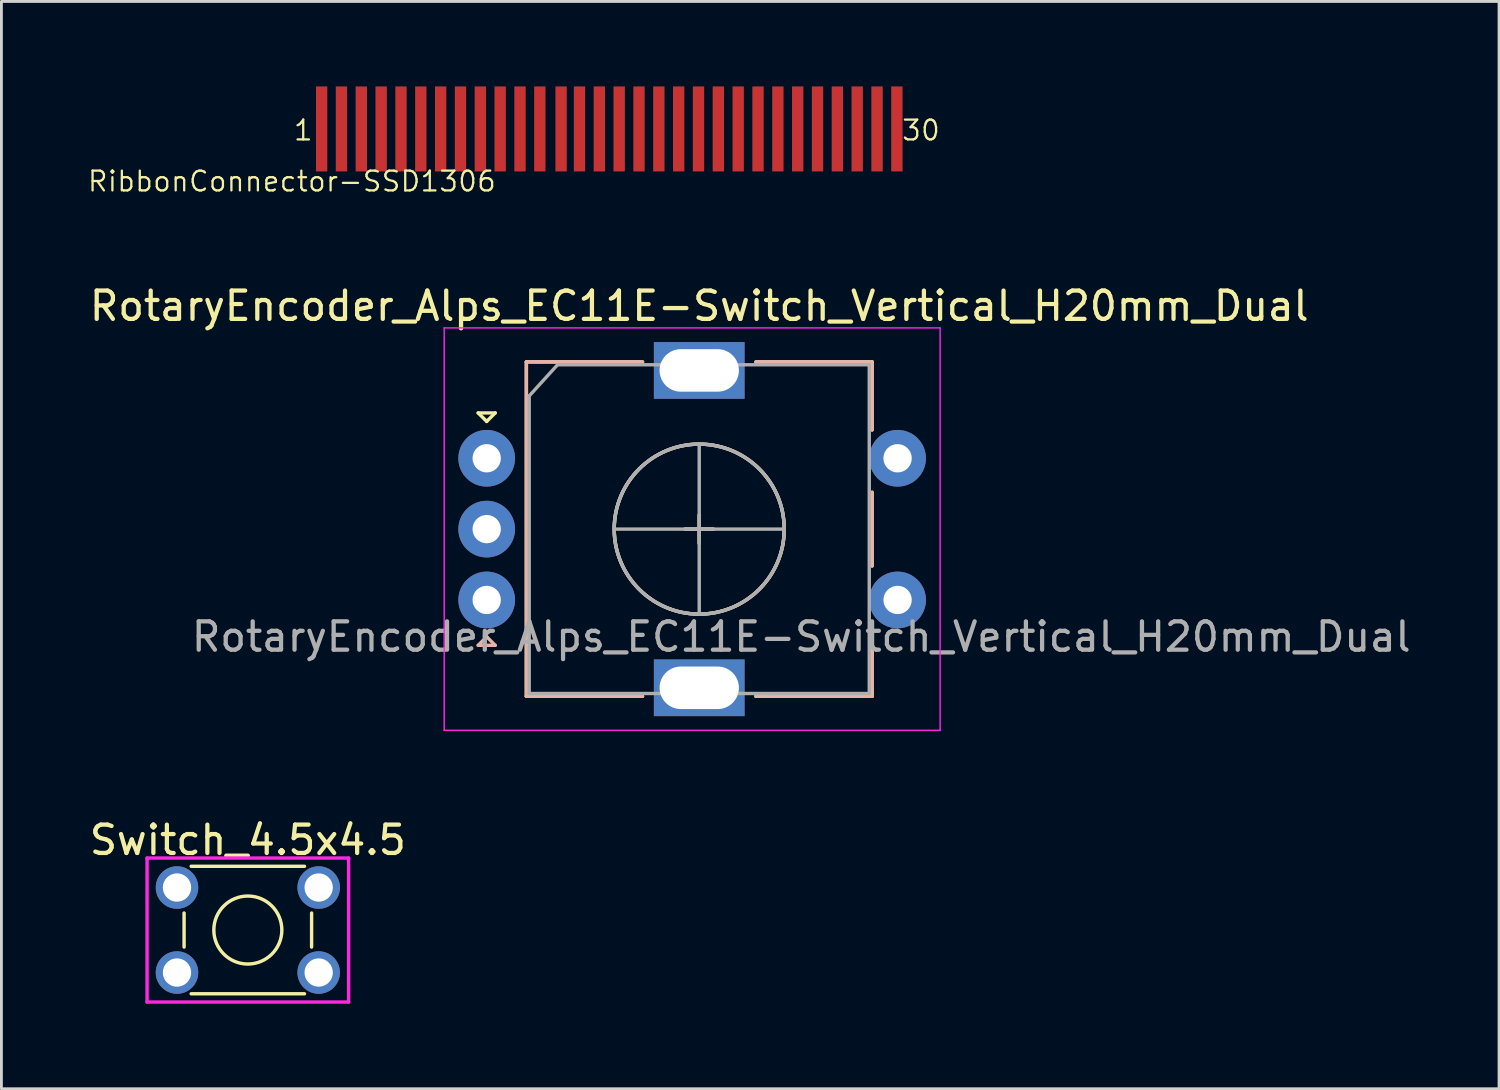
<source format=kicad_pcb>
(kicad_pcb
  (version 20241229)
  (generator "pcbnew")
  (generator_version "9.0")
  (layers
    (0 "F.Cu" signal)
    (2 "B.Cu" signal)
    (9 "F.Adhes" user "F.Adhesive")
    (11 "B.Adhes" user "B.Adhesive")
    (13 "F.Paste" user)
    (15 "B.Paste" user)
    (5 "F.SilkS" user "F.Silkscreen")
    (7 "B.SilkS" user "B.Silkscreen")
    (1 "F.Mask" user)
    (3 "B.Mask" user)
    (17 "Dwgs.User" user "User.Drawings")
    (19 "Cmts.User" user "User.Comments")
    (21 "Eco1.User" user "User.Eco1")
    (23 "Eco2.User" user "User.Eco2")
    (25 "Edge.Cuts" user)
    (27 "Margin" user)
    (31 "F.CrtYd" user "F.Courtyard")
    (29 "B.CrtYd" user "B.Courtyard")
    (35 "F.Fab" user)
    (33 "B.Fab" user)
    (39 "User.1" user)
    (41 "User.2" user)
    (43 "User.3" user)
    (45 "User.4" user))
  (footprint "RibbonConnector-SSD1306"
    (layer "F.Cu")
    (at 18.45 1.5)
    (property "Reference" "RibbonConnector-SSD1306" (at -11.2 1.85 0) (layer "F.SilkS") (effects (font (size 0.7 0.7) (thickness 0.08))))
    (attr through_hole)
    (fp_text user "30" (at 11 0.05 0) (layer "F.SilkS") (effects (font (size 0.7 0.7) (thickness 0.08))))
    (fp_text user "1" (at -10.8 0.05 0) (layer "F.SilkS") (effects (font (size 0.7 0.7) (thickness 0.08))))
    (pad "1" smd rect (at -10.15 0) (size 0.4 3) (layers "F.Cu" "F.Mask" "F.Paste"))
    (pad "2" smd rect (at -9.45 0) (size 0.4 3) (layers "F.Cu" "F.Mask" "F.Paste"))
    (pad "3" smd rect (at -8.75 0) (size 0.4 3) (layers "F.Cu" "F.Mask" "F.Paste"))
    (pad "4" smd rect (at -8.05 0) (size 0.4 3) (layers "F.Cu" "F.Mask" "F.Paste"))
    (pad "5" smd rect (at -7.35 0) (size 0.4 3) (layers "F.Cu" "F.Mask" "F.Paste"))
    (pad "6" smd rect (at -6.65 0) (size 0.4 3) (layers "F.Cu" "F.Mask" "F.Paste"))
    (pad "7" smd rect (at -5.95 0) (size 0.4 3) (layers "F.Cu" "F.Mask" "F.Paste"))
    (pad "8" smd rect (at -5.25 0) (size 0.4 3) (layers "F.Cu" "F.Mask" "F.Paste"))
    (pad "9" smd rect (at -4.55 0) (size 0.4 3) (layers "F.Cu" "F.Mask" "F.Paste"))
    (pad "10" smd rect (at -3.85 0) (size 0.4 3) (layers "F.Cu" "F.Mask" "F.Paste"))
    (pad "11" smd rect (at -3.15 0) (size 0.4 3) (layers "F.Cu" "F.Mask" "F.Paste"))
    (pad "12" smd rect (at -2.45 0) (size 0.4 3) (layers "F.Cu" "F.Mask" "F.Paste"))
    (pad "13" smd rect (at -1.7 0) (size 0.4 3) (layers "F.Cu" "F.Mask" "F.Paste"))
    (pad "14" smd rect (at -1.05 0) (size 0.4 3) (layers "F.Cu" "F.Mask" "F.Paste"))
    (pad "15" smd rect (at -0.35 0) (size 0.4 3) (layers "F.Cu" "F.Mask" "F.Paste"))
    (pad "16" smd rect (at 0.35 0) (size 0.4 3) (layers "F.Cu" "F.Mask" "F.Paste"))
    (pad "17" smd rect (at 1.05 0) (size 0.4 3) (layers "F.Cu" "F.Mask" "F.Paste"))
    (pad "18" smd rect (at 1.75 0) (size 0.4 3) (layers "F.Cu" "F.Mask" "F.Paste"))
    (pad "19" smd rect (at 2.45 0) (size 0.4 3) (layers "F.Cu" "F.Mask" "F.Paste"))
    (pad "20" smd rect (at 3.15 0) (size 0.4 3) (layers "F.Cu" "F.Mask" "F.Paste"))
    (pad "21" smd rect (at 3.85 0) (size 0.4 3) (layers "F.Cu" "F.Mask" "F.Paste"))
    (pad "22" smd rect (at 4.55 0) (size 0.4 3) (layers "F.Cu" "F.Mask" "F.Paste"))
    (pad "23" smd rect (at 5.25 0) (size 0.4 3) (layers "F.Cu" "F.Mask" "F.Paste"))
    (pad "24" smd rect (at 5.95 0) (size 0.4 3) (layers "F.Cu" "F.Mask" "F.Paste"))
    (pad "25" smd rect (at 6.65 0) (size 0.4 3) (layers "F.Cu" "F.Mask" "F.Paste"))
    (pad "26" smd rect (at 7.35 0) (size 0.4 3) (layers "F.Cu" "F.Mask" "F.Paste"))
    (pad "27" smd rect (at 8.05 0) (size 0.4 3) (layers "F.Cu" "F.Mask" "F.Paste"))
    (pad "28" smd rect (at 8.75 0) (size 0.4 3) (layers "F.Cu" "F.Mask" "F.Paste"))
    (pad "29" smd rect (at 9.45 0) (size 0.4 3) (layers "F.Cu" "F.Mask" "F.Paste"))
    (pad "30" smd rect (at 10.15 0) (size 0.4 3) (layers "F.Cu" "F.Mask" "F.Paste")))
  (footprint "RotaryEncoder_Alps_EC11E-Switch_Vertical_H20mm_Dual"
    (layer "F.Cu")
    (at 21.625 15.622)
    (property "Reference" "RotaryEncoder_Alps_EC11E-Switch_Vertical_H20mm_Dual" (at 0 -7.874 0) (layer "F.SilkS") (effects (font (size 1 1) (thickness 0.15))))
    (attr through_hole)
    (fp_line (start -7.8 -4.1) (end -7.2 -4.1) (stroke (width 0.12) (type solid)) (layer "F.SilkS"))
    (fp_line (start -7.5 -3.8) (end -7.8 -4.1) (stroke (width 0.12) (type solid)) (layer "F.SilkS"))
    (fp_line (start -7.2 -4.1) (end -7.5 -3.8) (stroke (width 0.12) (type solid)) (layer "F.SilkS"))
    (fp_line (start -6.1 -5.9) (end -6.1 5.9) (stroke (width 0.12) (type solid)) (layer "F.SilkS"))
    (fp_line (start -2 -5.9) (end -6.1 -5.9) (stroke (width 0.12) (type solid)) (layer "F.SilkS"))
    (fp_line (start -2 5.9) (end -6.1 5.9) (stroke (width 0.12) (type solid)) (layer "F.SilkS"))
    (fp_line (start -0.5 0) (end 0.5 0) (stroke (width 0.12) (type solid)) (layer "F.SilkS"))
    (fp_line (start 0 -0.5) (end 0 0.5) (stroke (width 0.12) (type solid)) (layer "F.SilkS"))
    (fp_line (start 2 -5.9) (end 6.1 -5.9) (stroke (width 0.12) (type solid)) (layer "F.SilkS"))
    (fp_line (start 6.1 -5.9) (end 6.1 -3.5) (stroke (width 0.12) (type solid)) (layer "F.SilkS"))
    (fp_line (start 6.1 -1.3) (end 6.1 1.3) (stroke (width 0.12) (type solid)) (layer "F.SilkS"))
    (fp_line (start 6.1 3.5) (end 6.1 5.9) (stroke (width 0.12) (type solid)) (layer "F.SilkS"))
    (fp_line (start 6.1 5.9) (end 2 5.9) (stroke (width 0.12) (type solid)) (layer "F.SilkS"))
    (fp_circle (center 0 0) (end 3 0) (stroke (width 0.12) (type solid)) (fill no) (layer "F.SilkS"))
    (fp_line (start -7.8 4.1) (end -7.2 4.1) (stroke (width 0.12) (type solid)) (layer "B.SilkS"))
    (fp_line (start -7.5 3.8) (end -7.8 4.1) (stroke (width 0.12) (type solid)) (layer "B.SilkS"))
    (fp_line (start -7.2 4.1) (end -7.5 3.8) (stroke (width 0.12) (type solid)) (layer "B.SilkS"))
    (fp_line (start -6.1 5.9) (end -6.1 -5.9) (stroke (width 0.12) (type solid)) (layer "B.SilkS"))
    (fp_line (start -2 -5.9) (end -6.1 -5.9) (stroke (width 0.12) (type solid)) (layer "B.SilkS"))
    (fp_line (start -2 5.9) (end -6.1 5.9) (stroke (width 0.12) (type solid)) (layer "B.SilkS"))
    (fp_line (start -0.5 0) (end 0.5 0) (stroke (width 0.12) (type solid)) (layer "B.SilkS"))
    (fp_line (start 0 0.5) (end 0 -0.5) (stroke (width 0.12) (type solid)) (layer "B.SilkS"))
    (fp_line (start 2 5.9) (end 6.1 5.9) (stroke (width 0.12) (type solid)) (layer "B.SilkS"))
    (fp_line (start 6.1 -5.9) (end 2 -5.9) (stroke (width 0.12) (type solid)) (layer "B.SilkS"))
    (fp_line (start 6.1 -3.5) (end 6.1 -5.9) (stroke (width 0.12) (type solid)) (layer "B.SilkS"))
    (fp_line (start 6.1 1.3) (end 6.1 -1.3) (stroke (width 0.12) (type solid)) (layer "B.SilkS"))
    (fp_line (start 6.1 5.9) (end 6.1 3.5) (stroke (width 0.12) (type solid)) (layer "B.SilkS"))
    (fp_circle (center 0 0) (end 3 0) (stroke (width 0.12) (type solid)) (fill no) (layer "B.SilkS"))
    (fp_line (start -9 -7.1) (end -9 7.1) (stroke (width 0.05) (type solid)) (layer "F.CrtYd"))
    (fp_line (start -9 -7.1) (end 8.5 -7.1) (stroke (width 0.05) (type solid)) (layer "F.CrtYd"))
    (fp_line (start 8.5 7.1) (end -9 7.1) (stroke (width 0.05) (type solid)) (layer "F.CrtYd"))
    (fp_line (start 8.5 7.1) (end 8.5 -7.1) (stroke (width 0.05) (type solid)) (layer "F.CrtYd"))
    (fp_line (start -6 -4.7) (end -5 -5.8) (stroke (width 0.12) (type solid)) (layer "F.Fab"))
    (fp_line (start -6 5.8) (end -6 -4.7) (stroke (width 0.12) (type solid)) (layer "F.Fab"))
    (fp_line (start -5 -5.8) (end 6 -5.8) (stroke (width 0.12) (type solid)) (layer "F.Fab"))
    (fp_line (start -3 0) (end 3 0) (stroke (width 0.12) (type solid)) (layer "F.Fab"))
    (fp_line (start 0 -3) (end 0 3) (stroke (width 0.12) (type solid)) (layer "F.Fab"))
    (fp_line (start 6 -5.8) (end 6 5.8) (stroke (width 0.12) (type solid)) (layer "F.Fab"))
    (fp_line (start 6 5.8) (end -6 5.8) (stroke (width 0.12) (type solid)) (layer "F.Fab"))
    (fp_circle (center 0 0) (end 3 0) (stroke (width 0.12) (type solid)) (fill no) (layer "F.Fab"))
    (fp_text user "${REFERENCE}" (at 3.6 3.8 0) (layer "F.Fab") (effects (font (size 1 1) (thickness 0.15))))
    (pad "A" thru_hole circle (at -7.5 -2.5) (size 2 2) (drill 1) (layers "*.Cu" "*.Mask"))
    (pad "B" thru_hole circle (at -7.5 2.5) (size 2 2) (drill 1) (layers "*.Cu" "*.Mask"))
    (pad "C" thru_hole circle (at -7.5 0) (size 2 2) (drill 1) (layers "*.Cu" "*.Mask"))
    (pad "MP" thru_hole rect (at 0 -5.6) (size 3.2 2) (drill oval 2.8 1.5) (layers "*.Cu" "*.Mask"))
    (pad "MP" thru_hole rect (at 0 5.6) (size 3.2 2) (drill oval 2.8 1.5) (layers "*.Cu" "*.Mask"))
    (pad "S1" thru_hole circle (at 7 2.5) (size 2 2) (drill 1) (layers "*.Cu" "*.Mask"))
    (pad "S2" thru_hole circle (at 7 -2.5) (size 2 2) (drill 1) (layers "*.Cu" "*.Mask")))
  (footprint "Switch_4.5x4.5"
    (layer "F.Cu")
    (at 5.696 29.77)
    (property "Reference" "Switch_4.5x4.5" (at 0 -3.175 0) (layer "F.SilkS") (effects (font (size 1 1) (thickness 0.15))))
    (attr through_hole)
    (fp_line (start -2.25 -0.6) (end -2.25 0.6) (stroke (width 0.12) (type solid)) (layer "F.SilkS"))
    (fp_line (start -2 2.25) (end 2 2.25) (stroke (width 0.12) (type solid)) (layer "F.SilkS"))
    (fp_line (start 2 -2.25) (end -2 -2.25) (stroke (width 0.12) (type solid)) (layer "F.SilkS"))
    (fp_line (start 2.25 0.6) (end 2.25 -0.6) (stroke (width 0.12) (type solid)) (layer "F.SilkS"))
    (fp_circle (center 0 0) (end 1.2 0) (stroke (width 0.12) (type solid)) (fill no) (layer "F.SilkS"))
    (fp_line (start -3.556 -2.54) (end -3.556 2.54) (stroke (width 0.12) (type solid)) (layer "F.CrtYd"))
    (fp_line (start -3.556 -2.54) (end 3.556 -2.54) (stroke (width 0.12) (type solid)) (layer "F.CrtYd"))
    (fp_line (start 3.556 2.54) (end -3.556 2.54) (stroke (width 0.12) (type solid)) (layer "F.CrtYd"))
    (fp_line (start 3.556 2.54) (end 3.556 -2.54) (stroke (width 0.12) (type solid)) (layer "F.CrtYd"))
    (pad "1" thru_hole circle (at -2.5 -1.5 180) (size 1.5 1.5) (drill 1) (layers "*.Cu" "*.Mask"))
    (pad "1" thru_hole circle (at 2.5 -1.5) (size 1.5 1.5) (drill 1) (layers "*.Cu" "*.Mask"))
    (pad "2" thru_hole circle (at -2.5 1.5 180) (size 1.5 1.5) (drill 1) (layers "*.Cu" "*.Mask"))
    (pad "2" thru_hole circle (at 2.5 1.5) (size 1.5 1.5) (drill 1) (layers "*.Cu" "*.Mask")))
  (gr_rect
    (start -3 -3)
    (end 49.85 35.37)
    (stroke (width 0.1) (type default))
    (fill no)
    (layer "Edge.Cuts")))
</source>
